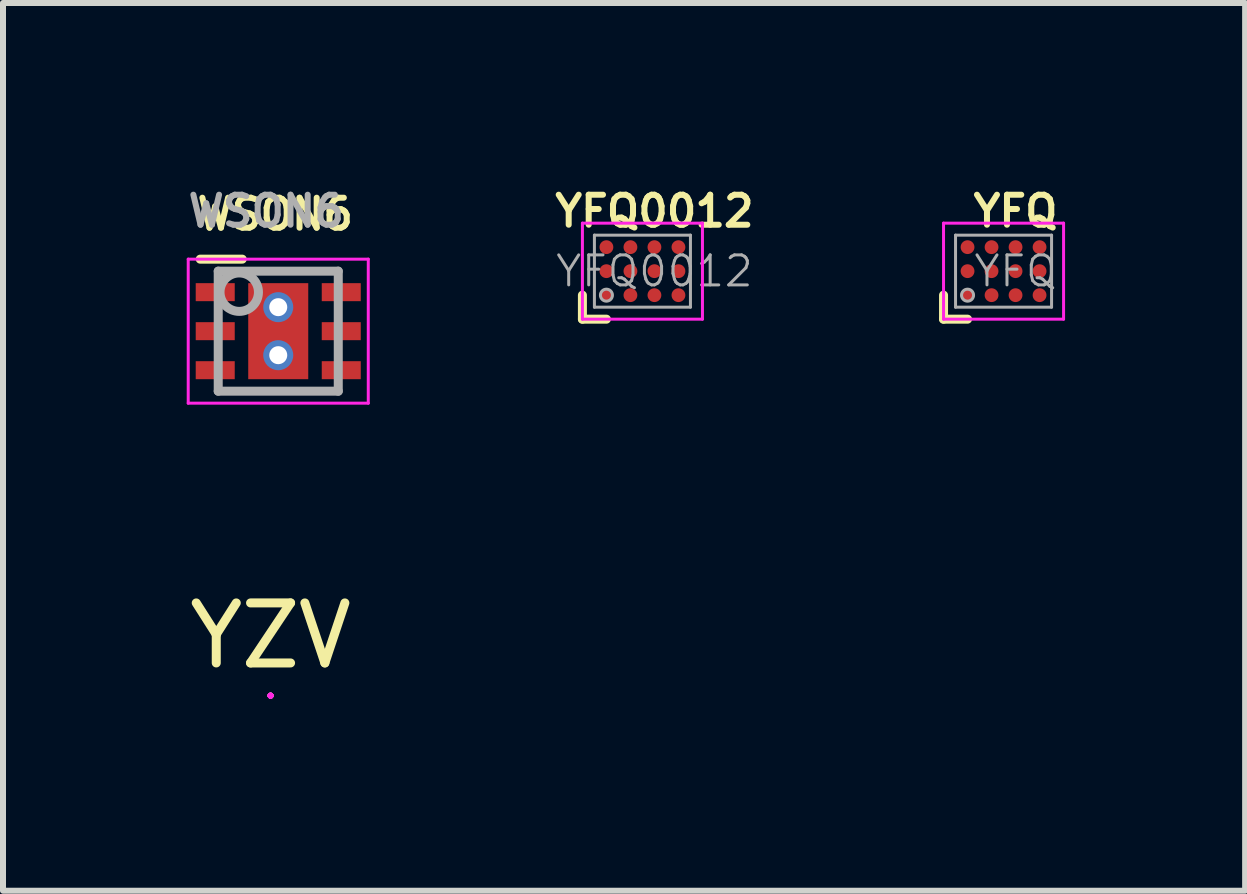
<source format=kicad_pcb>
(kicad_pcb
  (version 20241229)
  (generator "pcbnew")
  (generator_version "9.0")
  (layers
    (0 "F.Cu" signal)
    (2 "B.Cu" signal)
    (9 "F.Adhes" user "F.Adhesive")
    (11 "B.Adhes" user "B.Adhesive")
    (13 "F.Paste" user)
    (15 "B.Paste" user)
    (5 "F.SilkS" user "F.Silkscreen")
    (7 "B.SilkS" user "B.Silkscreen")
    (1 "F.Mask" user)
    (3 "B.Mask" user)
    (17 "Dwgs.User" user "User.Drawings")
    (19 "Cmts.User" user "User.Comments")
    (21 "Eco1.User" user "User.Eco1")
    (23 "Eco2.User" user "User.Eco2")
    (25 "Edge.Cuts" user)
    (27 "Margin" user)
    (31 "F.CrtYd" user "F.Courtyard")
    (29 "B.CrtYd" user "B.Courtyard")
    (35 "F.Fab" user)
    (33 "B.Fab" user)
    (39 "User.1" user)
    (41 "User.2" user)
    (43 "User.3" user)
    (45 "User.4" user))
  (footprint "YFQ"
    (layer "F.Cu")
    (at 13.671 1.468)
    (property "Reference" "YFQ" (at 0.2 -1 0) (layer "F.SilkS") (effects (font (size 0.5 0.5) (thickness 0.1))))
    (attr smd)
    (fp_line (start -1 0.4) (end -1 0.8) (stroke (width 0.15) (type solid)) (layer "F.SilkS"))
    (fp_line (start -1 0.8) (end -0.6 0.8) (stroke (width 0.15) (type solid)) (layer "F.SilkS"))
    (fp_line (start -1 -0.8) (end -1 0.8) (stroke (width 0.05) (type solid)) (layer "F.CrtYd"))
    (fp_line (start -1 -0.8) (end 1 -0.8) (stroke (width 0.05) (type solid)) (layer "F.CrtYd"))
    (fp_line (start -1 0.8) (end 1 0.8) (stroke (width 0.05) (type solid)) (layer "F.CrtYd"))
    (fp_line (start 1 -0.8) (end 1 0.8) (stroke (width 0.05) (type solid)) (layer "F.CrtYd"))
    (fp_line (start -0.8 -0.6) (end 0.8 -0.6) (stroke (width 0.05) (type solid)) (layer "F.Fab"))
    (fp_line (start -0.8 0.6) (end -0.8 -0.6) (stroke (width 0.05) (type solid)) (layer "F.Fab"))
    (fp_line (start 0.8 -0.6) (end 0.8 0.6) (stroke (width 0.05) (type solid)) (layer "F.Fab"))
    (fp_line (start 0.8 0.6) (end -0.8 0.6) (stroke (width 0.05) (type solid)) (layer "F.Fab"))
    (fp_circle (center -0.6 0.4) (end -0.6 0.5) (stroke (width 0.05) (type solid)) (fill no) (layer "F.Fab"))
    (fp_text user "${REFERENCE}" (at 0.2 0 0) (layer "F.Fab") (effects (font (size 0.5 0.5) (thickness 0.05))))
    (pad "" smd rect (at -0.6 -0.4) (size 0.25 0.25) (layers "F.Paste"))
    (pad "" smd rect (at -0.6 0) (size 0.25 0.25) (layers "F.Paste"))
    (pad "" smd rect (at -0.6 0.4) (size 0.25 0.25) (layers "F.Paste"))
    (pad "" smd rect (at -0.2 -0.4) (size 0.25 0.25) (layers "F.Paste"))
    (pad "" smd rect (at -0.2 0) (size 0.25 0.25) (layers "F.Paste"))
    (pad "" smd rect (at -0.2 0.4) (size 0.25 0.25) (layers "F.Paste"))
    (pad "" smd rect (at 0.2 -0.4) (size 0.25 0.25) (layers "F.Paste"))
    (pad "" smd rect (at 0.2 0) (size 0.25 0.25) (layers "F.Paste"))
    (pad "" smd rect (at 0.2 0.4) (size 0.25 0.25) (layers "F.Paste"))
    (pad "" smd rect (at 0.6 -0.4) (size 0.25 0.25) (layers "F.Paste"))
    (pad "" smd rect (at 0.6 0) (size 0.25 0.25) (layers "F.Paste"))
    (pad "" smd rect (at 0.6 0.4) (size 0.25 0.25) (layers "F.Paste"))
    (pad "A1" smd circle (at -0.6 0.4) (size 0.23 0.23) (layers "F.Cu" "F.Mask" "F.Paste"))
    (pad "A2" smd circle (at -0.6 0) (size 0.23 0.23) (layers "F.Cu" "F.Mask" "F.Paste"))
    (pad "A3" smd circle (at -0.6 -0.4) (size 0.23 0.23) (layers "F.Cu" "F.Mask" "F.Paste"))
    (pad "B1" smd circle (at -0.2 0.4) (size 0.23 0.23) (layers "F.Cu" "F.Mask" "F.Paste"))
    (pad "B2" smd circle (at -0.2 0) (size 0.23 0.23) (layers "F.Cu" "F.Mask" "F.Paste"))
    (pad "B3" smd circle (at -0.2 -0.4) (size 0.23 0.23) (layers "F.Cu" "F.Mask" "F.Paste"))
    (pad "C1" smd circle (at 0.2 0.4) (size 0.23 0.23) (layers "F.Cu" "F.Mask" "F.Paste"))
    (pad "C2" smd circle (at 0.2 0) (size 0.23 0.23) (layers "F.Cu" "F.Mask" "F.Paste"))
    (pad "C3" smd circle (at 0.2 -0.4) (size 0.23 0.23) (layers "F.Cu" "F.Mask" "F.Paste"))
    (pad "D1" smd circle (at 0.6 0.4) (size 0.23 0.23) (layers "F.Cu" "F.Mask" "F.Paste"))
    (pad "D2" smd circle (at 0.6 0) (size 0.23 0.23) (layers "F.Cu" "F.Mask" "F.Paste"))
    (pad "D3" smd circle (at 0.6 -0.4) (size 0.23 0.23) (layers "F.Cu" "F.Mask" "F.Paste")))
  (footprint "YZV"
    (layer "F.Cu")
    (at 1.458 8.541)
    (property "Reference" "YZV" (at 0 -1 0) (layer "F.SilkS") (effects (font (size 1 1) (thickness 0.15))))
    (attr smd)
    (fp_line (start 0 0) (end 0 0) (stroke (width 0.1) (type solid)) (layer "F.SilkS"))
    (fp_line (start 0 0) (end 0 0) (stroke (width 0.1) (type solid)) (layer "F.SilkS"))
    (fp_line (start 0 0) (end 0 0) (stroke (width 0.1) (type solid)) (layer "F.CrtYd"))
    (fp_line (start 0 0) (end 0 0) (stroke (width 0.1) (type solid)) (layer "F.CrtYd"))
    (fp_line (start 0 0) (end 0 0) (stroke (width 0.1) (type solid)) (layer "F.CrtYd"))
    (fp_line (start 0 0) (end 0 0) (stroke (width 0.1) (type solid)) (layer "F.CrtYd"))
    (fp_line (start 0 0) (end 0 0) (stroke (width 0.1) (type solid)) (layer "F.Fab"))
    (fp_line (start 0 0) (end 0 0) (stroke (width 0.1) (type solid)) (layer "F.Fab"))
    (fp_line (start 0 0) (end 0 0) (stroke (width 0.1) (type solid)) (layer "F.Fab"))
    (fp_line (start 0 0) (end 0 0) (stroke (width 0.1) (type solid)) (layer "F.Fab"))
    (pad "A1" smd circle (at 0 0) (size 0.001 0.001) (layers "F.Cu" "F.Mask" "F.Paste"))
    (pad "A2" smd circle (at 0 0) (size 0.001 0.001) (layers "F.Cu" "F.Mask" "F.Paste"))
    (pad "B1" smd circle (at 0 0) (size 0.001 0.001) (layers "F.Cu" "F.Mask" "F.Paste"))
    (pad "B2" smd circle (at 0 0) (size 0.001 0.001) (layers "F.Cu" "F.Mask" "F.Paste")))
  (footprint "YFQ0012"
    (layer "F.Cu")
    (at 7.654 1.468)
    (property "Reference" "YFQ0012" (at 0.2 -1 0) (layer "F.SilkS") (effects (font (size 0.5 0.5) (thickness 0.1))))
    (attr smd)
    (fp_line (start -1 0.4) (end -1 0.8) (stroke (width 0.15) (type solid)) (layer "F.SilkS"))
    (fp_line (start -1 0.8) (end -0.6 0.8) (stroke (width 0.15) (type solid)) (layer "F.SilkS"))
    (fp_line (start -1 -0.8) (end -1 0.8) (stroke (width 0.05) (type solid)) (layer "F.CrtYd"))
    (fp_line (start -1 -0.8) (end 1 -0.8) (stroke (width 0.05) (type solid)) (layer "F.CrtYd"))
    (fp_line (start -1 0.8) (end 1 0.8) (stroke (width 0.05) (type solid)) (layer "F.CrtYd"))
    (fp_line (start 1 -0.8) (end 1 0.8) (stroke (width 0.05) (type solid)) (layer "F.CrtYd"))
    (fp_line (start -0.8 -0.6) (end 0.8 -0.6) (stroke (width 0.05) (type solid)) (layer "F.Fab"))
    (fp_line (start -0.8 0.6) (end -0.8 -0.6) (stroke (width 0.05) (type solid)) (layer "F.Fab"))
    (fp_line (start 0.8 -0.6) (end 0.8 0.6) (stroke (width 0.05) (type solid)) (layer "F.Fab"))
    (fp_line (start 0.8 0.6) (end -0.8 0.6) (stroke (width 0.05) (type solid)) (layer "F.Fab"))
    (fp_circle (center -0.6 0.4) (end -0.6 0.5) (stroke (width 0.05) (type solid)) (fill no) (layer "F.Fab"))
    (fp_text user "${REFERENCE}" (at 0.2 0 0) (layer "F.Fab") (effects (font (size 0.5 0.5) (thickness 0.05))))
    (pad "" smd rect (at -0.6 -0.4) (size 0.25 0.25) (layers "F.Paste"))
    (pad "" smd rect (at -0.6 0) (size 0.25 0.25) (layers "F.Paste"))
    (pad "" smd rect (at -0.6 0.4) (size 0.25 0.25) (layers "F.Paste"))
    (pad "" smd rect (at -0.2 -0.4) (size 0.25 0.25) (layers "F.Paste"))
    (pad "" smd rect (at -0.2 0) (size 0.25 0.25) (layers "F.Paste"))
    (pad "" smd rect (at -0.2 0.4) (size 0.25 0.25) (layers "F.Paste"))
    (pad "" smd rect (at 0.2 -0.4) (size 0.25 0.25) (layers "F.Paste"))
    (pad "" smd rect (at 0.2 0) (size 0.25 0.25) (layers "F.Paste"))
    (pad "" smd rect (at 0.2 0.4) (size 0.25 0.25) (layers "F.Paste"))
    (pad "" smd rect (at 0.6 -0.4) (size 0.25 0.25) (layers "F.Paste"))
    (pad "" smd rect (at 0.6 0) (size 0.25 0.25) (layers "F.Paste"))
    (pad "" smd rect (at 0.6 0.4) (size 0.25 0.25) (layers "F.Paste"))
    (pad "A1" smd circle (at -0.6 0.4) (size 0.23 0.23) (layers "F.Cu" "F.Mask" "F.Paste"))
    (pad "A2" smd circle (at -0.6 0) (size 0.23 0.23) (layers "F.Cu" "F.Mask" "F.Paste"))
    (pad "A3" smd circle (at -0.6 -0.4) (size 0.23 0.23) (layers "F.Cu" "F.Mask" "F.Paste"))
    (pad "B1" smd circle (at -0.2 0.4) (size 0.23 0.23) (layers "F.Cu" "F.Mask" "F.Paste"))
    (pad "B2" smd circle (at -0.2 0) (size 0.23 0.23) (layers "F.Cu" "F.Mask" "F.Paste"))
    (pad "B3" smd circle (at -0.2 -0.4) (size 0.23 0.23) (layers "F.Cu" "F.Mask" "F.Paste"))
    (pad "C1" smd circle (at 0.2 0.4) (size 0.23 0.23) (layers "F.Cu" "F.Mask" "F.Paste"))
    (pad "C2" smd circle (at 0.2 0) (size 0.23 0.23) (layers "F.Cu" "F.Mask" "F.Paste"))
    (pad "C3" smd circle (at 0.2 -0.4) (size 0.23 0.23) (layers "F.Cu" "F.Mask" "F.Paste"))
    (pad "D1" smd circle (at 0.6 0.4) (size 0.23 0.23) (layers "F.Cu" "F.Mask" "F.Paste"))
    (pad "D2" smd circle (at 0.6 0) (size 0.23 0.23) (layers "F.Cu" "F.Mask" "F.Paste"))
    (pad "D3" smd circle (at 0.6 -0.4) (size 0.23 0.23) (layers "F.Cu" "F.Mask" "F.Paste")))
  (footprint "WSON6"
    (layer "F.Cu")
    (at 1.586 2.468)
    (property "Reference" "WSON6" (at -0.05 -1.95 0) (layer "F.SilkS") (effects (font (size 0.5 0.5) (thickness 0.1))))
    (attr smd)
    (fp_line (start -1.3 -1.2) (end -0.6 -1.2) (stroke (width 0.15) (type solid)) (layer "F.SilkS"))
    (fp_line (start -1.5 -1.2) (end 1.5 -1.2) (stroke (width 0.05) (type solid)) (layer "F.CrtYd"))
    (fp_line (start -1.5 1.2) (end -1.5 -1.2) (stroke (width 0.05) (type solid)) (layer "F.CrtYd"))
    (fp_line (start 1.5 -1.2) (end 1.5 1.2) (stroke (width 0.05) (type solid)) (layer "F.CrtYd"))
    (fp_line (start 1.5 1.2) (end -1.5 1.2) (stroke (width 0.05) (type solid)) (layer "F.CrtYd"))
    (fp_line (start -1 -1) (end 1 -1) (stroke (width 0.15) (type solid)) (layer "F.Fab"))
    (fp_line (start -1 1) (end -1 -1) (stroke (width 0.15) (type solid)) (layer "F.Fab"))
    (fp_line (start 1 -1) (end 1 1) (stroke (width 0.15) (type solid)) (layer "F.Fab"))
    (fp_line (start 1 1) (end -1 1) (stroke (width 0.15) (type solid)) (layer "F.Fab"))
    (fp_circle (center -0.65 -0.65) (end -0.9 -0.85) (stroke (width 0.15) (type solid)) (fill no) (layer "F.Fab"))
    (fp_text user "${REFERENCE}" (at -0.2 -2 0) (layer "F.Fab") (effects (font (size 0.5 0.5) (thickness 0.1))))
    (pad "1" smd rect (at -1.05 -0.65) (size 0.65 0.3) (layers "F.Cu" "F.Mask" "F.Paste"))
    (pad "2" smd rect (at -1.05 0) (size 0.65 0.3) (layers "F.Cu" "F.Mask" "F.Paste"))
    (pad "3" smd rect (at -1.05 0.65) (size 0.65 0.3) (layers "F.Cu" "F.Mask" "F.Paste"))
    (pad "4" smd rect (at 1.05 0.65) (size 0.65 0.3) (layers "F.Cu" "F.Mask" "F.Paste"))
    (pad "5" smd rect (at 1.05 0) (size 0.65 0.3) (layers "F.Cu" "F.Mask" "F.Paste"))
    (pad "6" smd rect (at 1.05 -0.65) (size 0.65 0.3) (layers "F.Cu" "F.Mask" "F.Paste"))
    (pad "7" thru_hole circle (at 0 -0.4) (size 0.5 0.5) (drill 0.3) (layers "*.Cu" "F.Mask"))
    (pad "7" smd rect (at 0 0) (size 1 1.6) (layers "F.Cu" "F.Mask" "F.Paste"))
    (pad "7" thru_hole circle (at 0 0.4) (size 0.5 0.5) (drill 0.3) (layers "*.Cu" "F.Mask")))
  (gr_rect
    (start -3 -3)
    (end 17.696 11.791)
    (stroke (width 0.1) (type default))
    (fill no)
    (layer "Edge.Cuts")))
</source>
